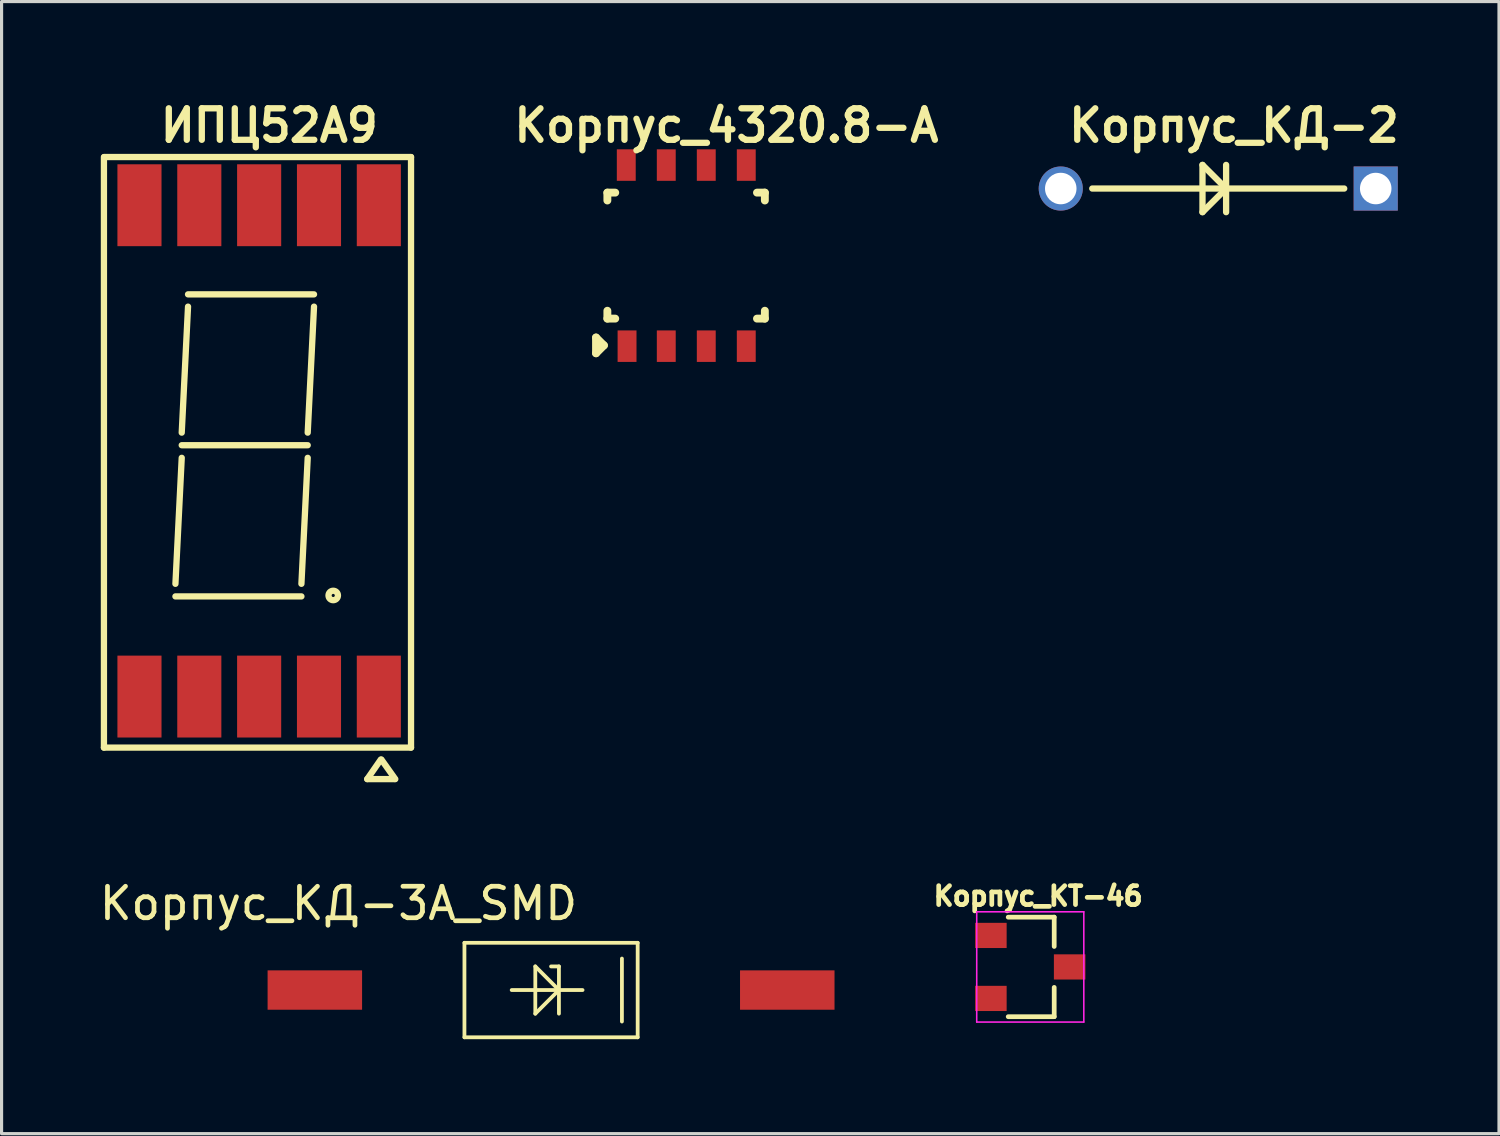
<source format=kicad_pcb>
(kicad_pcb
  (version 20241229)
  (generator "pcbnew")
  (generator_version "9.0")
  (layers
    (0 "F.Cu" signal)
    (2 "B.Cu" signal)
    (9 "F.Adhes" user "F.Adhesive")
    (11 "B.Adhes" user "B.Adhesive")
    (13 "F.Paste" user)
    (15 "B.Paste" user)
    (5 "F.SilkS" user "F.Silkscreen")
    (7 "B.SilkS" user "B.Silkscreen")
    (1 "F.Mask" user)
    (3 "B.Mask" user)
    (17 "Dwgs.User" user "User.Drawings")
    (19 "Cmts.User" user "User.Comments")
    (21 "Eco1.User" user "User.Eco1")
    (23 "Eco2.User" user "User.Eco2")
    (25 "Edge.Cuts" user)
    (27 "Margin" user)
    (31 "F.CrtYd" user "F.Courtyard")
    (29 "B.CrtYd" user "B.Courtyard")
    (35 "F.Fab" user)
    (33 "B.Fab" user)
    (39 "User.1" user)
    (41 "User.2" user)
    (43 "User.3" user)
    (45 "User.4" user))
  (footprint "Корпус_КД-3А_SMD"
    (layer "F.Cu")
    (at 6.946 28.384)
    (property "Reference" "Корпус_КД-3А_SMD" (at 0.75 -2.75 0) (layer "F.SilkS") (effects (font (size 1 1) (thickness 0.15))))
    (attr through_hole)
    (fp_line (start 4.75 -1.5) (end 4.75 1.5) (stroke (width 0.12) (type solid)) (layer "F.SilkS"))
    (fp_line (start 4.75 1.5) (end 10.25 1.5) (stroke (width 0.12) (type solid)) (layer "F.SilkS"))
    (fp_line (start 6.25 0) (end 8.5 0) (stroke (width 0.12) (type solid)) (layer "F.SilkS"))
    (fp_line (start 7 -0.75) (end 7 0.75) (stroke (width 0.12) (type solid)) (layer "F.SilkS"))
    (fp_line (start 7 0.75) (end 7.75 0) (stroke (width 0.12) (type solid)) (layer "F.SilkS"))
    (fp_line (start 7.75 -0.75) (end 7.5 -0.75) (stroke (width 0.12) (type solid)) (layer "F.SilkS"))
    (fp_line (start 7.75 -0.75) (end 7.75 0.75) (stroke (width 0.12) (type solid)) (layer "F.SilkS"))
    (fp_line (start 7.75 0) (end 7 -0.75) (stroke (width 0.12) (type solid)) (layer "F.SilkS"))
    (fp_line (start 9.75 -1) (end 9.75 1) (stroke (width 0.12) (type solid)) (layer "F.SilkS"))
    (fp_line (start 10.25 -1.5) (end 4.75 -1.5) (stroke (width 0.12) (type solid)) (layer "F.SilkS"))
    (fp_line (start 10.25 1.5) (end 10.25 -1.5) (stroke (width 0.12) (type solid)) (layer "F.SilkS"))
    (pad "1" smd rect (at 0 0) (size 3 1.25) (layers "F.Cu" "F.Mask" "F.Paste"))
    (pad "2" smd rect (at 15 0) (size 3 1.25) (layers "F.Cu" "F.Mask" "F.Paste")))
  (footprint "Корпус_4320.8-А"
    (layer "F.Cu")
    (at 16.874 7.916)
    (property "Reference" "Корпус_4320.8-А" (at 3.14 -6.98 0) (layer "F.SilkS") (effects (font (size 1 1) (thickness 0.2))))
    (attr through_hole)
    (fp_line (start -1 -0.25) (end -1 0.25) (stroke (width 0.25) (type solid)) (layer "F.SilkS"))
    (fp_line (start -1 0.25) (end -0.75 0) (stroke (width 0.25) (type solid)) (layer "F.SilkS"))
    (fp_line (start -0.75 0) (end -1 -0.25) (stroke (width 0.25) (type solid)) (layer "F.SilkS"))
    (fp_line (start -0.64 -4.85) (end -0.64 -4.6) (stroke (width 0.25) (type solid)) (layer "F.SilkS"))
    (fp_line (start -0.64 -4.85) (end -0.39 -4.85) (stroke (width 0.25) (type solid)) (layer "F.SilkS"))
    (fp_line (start -0.64 -0.85) (end -0.64 -1.1) (stroke (width 0.25) (type solid)) (layer "F.SilkS"))
    (fp_line (start -0.64 -0.85) (end -0.39 -0.85) (stroke (width 0.25) (type solid)) (layer "F.SilkS"))
    (fp_line (start -0.39 -0.85) (end -0.64 -0.85) (stroke (width 0.12) (type solid)) (layer "F.SilkS"))
    (fp_line (start 4.36 -4.85) (end 4.11 -4.85) (stroke (width 0.25) (type solid)) (layer "F.SilkS"))
    (fp_line (start 4.36 -4.85) (end 4.36 -4.6) (stroke (width 0.25) (type solid)) (layer "F.SilkS"))
    (fp_line (start 4.36 -4.6) (end 4.36 -4.85) (stroke (width 0.12) (type solid)) (layer "F.SilkS"))
    (fp_line (start 4.36 -0.85) (end 4.11 -0.85) (stroke (width 0.25) (type solid)) (layer "F.SilkS"))
    (fp_line (start 4.36 -0.85) (end 4.36 -1.1) (stroke (width 0.25) (type solid)) (layer "F.SilkS"))
    (pad "1" connect rect (at -0.015 0.025) (size 0.6 1) (layers "F.Cu" "F.Mask"))
    (pad "2" connect rect (at 1.23 0.025) (size 0.6 1) (layers "F.Cu" "F.Mask"))
    (pad "3" connect rect (at 2.5 0.025) (size 0.6 1) (layers "F.Cu" "F.Mask"))
    (pad "4" connect rect (at 3.77 0.025) (size 0.6 1) (layers "F.Cu" "F.Mask"))
    (pad "5" connect rect (at 3.77 -5.725) (size 0.6 1) (layers "F.Cu" "F.Mask"))
    (pad "6" connect rect (at 2.5 -5.725) (size 0.6 1) (layers "F.Cu" "F.Mask"))
    (pad "7" connect rect (at 1.23 -5.725) (size 0.6 1) (layers "F.Cu" "F.Mask"))
    (pad "8" connect rect (at -0.04 -5.725) (size 0.6 1) (layers "F.Cu" "F.Mask")))
  (footprint "ИПЦ52А9"
    (layer "F.Cu")
    (at 0.25 17.686)
    (property "Reference" "ИПЦ52А9" (at 5.25 -16.75 0) (layer "F.SilkS") (effects (font (size 1 1) (thickness 0.2))))
    (attr through_hole)
    (fp_line (start 0 3) (end 0 -15.75) (stroke (width 0.2) (type solid)) (layer "F.SilkS"))
    (fp_line (start 0.01 -15.75) (end 9.75 -15.75) (stroke (width 0.2) (type solid)) (layer "F.SilkS"))
    (fp_line (start 2.27 -1.8) (end 6.27 -1.8) (stroke (width 0.2) (type solid)) (layer "F.SilkS"))
    (fp_line (start 2.47 -6.6) (end 6.47 -6.6) (stroke (width 0.2) (type solid)) (layer "F.SilkS"))
    (fp_line (start 2.47 -6.2) (end 2.27 -2.2) (stroke (width 0.2) (type solid)) (layer "F.SilkS"))
    (fp_line (start 2.67 -11.39) (end 6.67 -11.39) (stroke (width 0.2) (type solid)) (layer "F.SilkS"))
    (fp_line (start 2.67 -11) (end 2.47 -7) (stroke (width 0.2) (type solid)) (layer "F.SilkS"))
    (fp_line (start 6.47 -6.2) (end 6.27 -2.2) (stroke (width 0.2) (type solid)) (layer "F.SilkS"))
    (fp_line (start 6.67 -11) (end 6.47 -7) (stroke (width 0.2) (type solid)) (layer "F.SilkS"))
    (fp_line (start 8.36 4) (end 9.23 4) (stroke (width 0.2) (type solid)) (layer "F.SilkS"))
    (fp_line (start 8.79 3.38) (end 8.36 4) (stroke (width 0.2) (type solid)) (layer "F.SilkS"))
    (fp_line (start 9.25 4) (end 8.81 3.38) (stroke (width 0.2) (type solid)) (layer "F.SilkS"))
    (fp_line (start 9.75 -15.75) (end 9.75 3) (stroke (width 0.2) (type solid)) (layer "F.SilkS"))
    (fp_line (start 9.75 3) (end 0 3) (stroke (width 0.2) (type solid)) (layer "F.SilkS"))
    (fp_circle (center 7.28 -1.83) (end 7.43 -1.83) (stroke (width 0.2) (type solid)) (fill no) (layer "F.SilkS"))
    (pad "1" smd rect (at 1.128 1.38) (size 1.4 2.6) (layers "F.Cu" "F.Mask" "F.Paste"))
    (pad "2" smd rect (at 3.028 1.38) (size 1.4 2.6) (layers "F.Cu" "F.Mask" "F.Paste"))
    (pad "3" smd rect (at 4.928 1.38) (size 1.4 2.6) (layers "F.Cu" "F.Mask" "F.Paste"))
    (pad "4" smd rect (at 6.828 1.38) (size 1.4 2.6) (layers "F.Cu" "F.Mask" "F.Paste"))
    (pad "5" smd rect (at 8.728 1.38) (size 1.4 2.6) (layers "F.Cu" "F.Mask" "F.Paste"))
    (pad "6" smd rect (at 8.728 -14.22) (size 1.4 2.6) (layers "F.Cu" "F.Mask" "F.Paste"))
    (pad "7" smd rect (at 6.828 -14.22) (size 1.4 2.6) (layers "F.Cu" "F.Mask" "F.Paste"))
    (pad "8" smd rect (at 4.928 -14.22) (size 1.4 2.6) (layers "F.Cu" "F.Mask" "F.Paste"))
    (pad "9" smd rect (at 3.028 -14.22) (size 1.4 2.6) (layers "F.Cu" "F.Mask" "F.Paste"))
    (pad "10" smd rect (at 1.128 -14.22) (size 1.4 2.6) (layers "F.Cu" "F.Mask" "F.Paste")))
  (footprint "Корпус_КТ-46"
    (layer "F.Cu")
    (at 29.661 27.65)
    (property "Reference" "Корпус_КТ-46" (at 0.25 -2.25 0) (layer "F.SilkS") (effects (font (size 0.6 0.6) (thickness 0.15))))
    (attr smd)
    (fp_line (start 0.76 -1.58) (end -0.7 -1.58) (stroke (width 0.15) (type solid)) (layer "F.SilkS"))
    (fp_line (start 0.76 -1.58) (end 0.76 -0.65) (stroke (width 0.15) (type solid)) (layer "F.SilkS"))
    (fp_line (start 0.76 1.58) (end -0.7 1.58) (stroke (width 0.15) (type solid)) (layer "F.SilkS"))
    (fp_line (start 0.76 1.58) (end 0.76 0.65) (stroke (width 0.15) (type solid)) (layer "F.SilkS"))
    (fp_line (start -1.7 -1.75) (end 1.7 -1.75) (stroke (width 0.05) (type solid)) (layer "F.CrtYd"))
    (fp_line (start -1.7 1.75) (end -1.7 -1.75) (stroke (width 0.05) (type solid)) (layer "F.CrtYd"))
    (fp_line (start 1.7 -1.75) (end 1.7 1.75) (stroke (width 0.05) (type solid)) (layer "F.CrtYd"))
    (fp_line (start 1.7 1.75) (end -1.7 1.75) (stroke (width 0.05) (type solid)) (layer "F.CrtYd"))
    (pad "1" smd rect (at -1.25 -1) (size 1 0.8) (layers "F.Cu" "F.Mask" "F.Paste"))
    (pad "2" smd rect (at -1.25 1) (size 1 0.8) (layers "F.Cu" "F.Mask" "F.Paste"))
    (pad "3" smd rect (at 1.25 0) (size 1 0.8) (layers "F.Cu" "F.Mask" "F.Paste")))
  (footprint "Корпус_КД-2"
    (layer "F.Cu")
    (at 30.629 2.936)
    (property "Reference" "Корпус_КД-2" (at 5.5 -2 0) (layer "F.SilkS") (effects (font (size 1 1) (thickness 0.2))))
    (attr through_hole)
    (fp_line (start 1 0) (end 9 0) (stroke (width 0.2) (type solid)) (layer "F.SilkS"))
    (fp_line (start 4.5 -0.75) (end 4.5 0.75) (stroke (width 0.2) (type solid)) (layer "F.SilkS"))
    (fp_line (start 4.5 0.75) (end 5.25 0) (stroke (width 0.2) (type solid)) (layer "F.SilkS"))
    (fp_line (start 5.25 -0.75) (end 5.25 0.75) (stroke (width 0.2) (type solid)) (layer "F.SilkS"))
    (fp_line (start 5.25 0) (end 4.5 -0.75) (stroke (width 0.2) (type solid)) (layer "F.SilkS"))
    (pad "1" thru_hole circle (at 0 0) (size 1.4 1.4) (drill 1) (layers "*.Cu" "*.Mask"))
    (pad "2" thru_hole rect (at 10 0) (size 1.4 1.4) (drill 1) (layers "*.Cu" "*.Mask")))
  (gr_rect
    (start -3 -3)
    (end 44.543 32.944)
    (stroke (width 0.1) (type default))
    (fill no)
    (layer "Edge.Cuts")))
</source>
